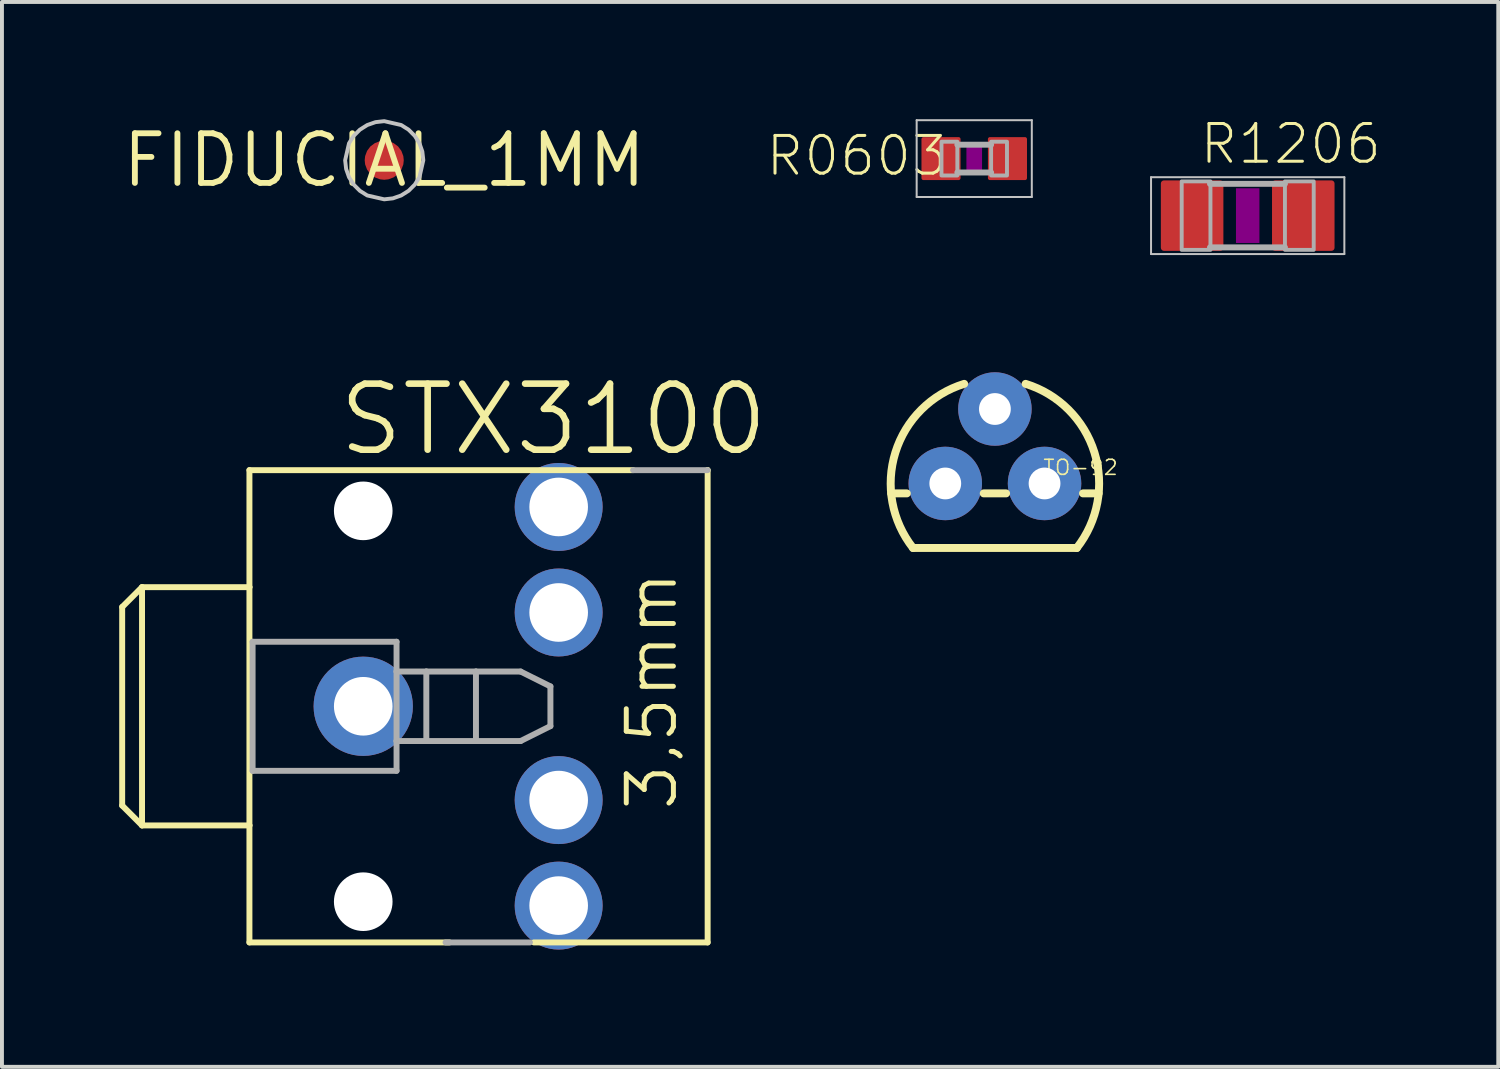
<source format=kicad_pcb>
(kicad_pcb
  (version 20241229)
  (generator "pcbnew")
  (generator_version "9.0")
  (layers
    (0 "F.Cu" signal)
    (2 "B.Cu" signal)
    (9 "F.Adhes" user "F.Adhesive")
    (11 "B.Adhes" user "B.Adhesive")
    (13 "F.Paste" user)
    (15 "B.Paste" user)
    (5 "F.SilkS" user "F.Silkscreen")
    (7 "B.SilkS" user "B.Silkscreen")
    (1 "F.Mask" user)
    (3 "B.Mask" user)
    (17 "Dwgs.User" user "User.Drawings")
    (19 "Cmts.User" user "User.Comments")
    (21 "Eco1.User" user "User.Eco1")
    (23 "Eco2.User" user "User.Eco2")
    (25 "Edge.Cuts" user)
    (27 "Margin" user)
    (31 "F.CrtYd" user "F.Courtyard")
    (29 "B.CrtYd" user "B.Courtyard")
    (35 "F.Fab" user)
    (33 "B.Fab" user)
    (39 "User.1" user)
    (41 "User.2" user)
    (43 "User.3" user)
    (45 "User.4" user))
  (footprint "R0603"
    (layer "F.Cu")
    (at 21.877 1.008)
    (property "Reference" "R0603" (at -0.635 -0.635 180) (layer "F.SilkS") (effects (font (size 0.965 0.965) (thickness 0.077)) (justify right top)))
    (attr through_hole)
    (fp_poly (pts (xy -0.2 0.4) (xy 0.2 0.4) (xy 0.2 -0.4) (xy -0.2 -0.4)) (stroke (width 0) (type solid)) (fill yes) (layer "F.Adhes"))
    (fp_line (start -1.473 -0.983) (end 1.473 -0.983) (stroke (width 0.051) (type solid)) (layer "Dwgs.User"))
    (fp_line (start -1.473 0.983) (end -1.473 -0.983) (stroke (width 0.051) (type solid)) (layer "Dwgs.User"))
    (fp_line (start 1.473 -0.983) (end 1.473 0.983) (stroke (width 0.051) (type solid)) (layer "Dwgs.User"))
    (fp_line (start 1.473 0.983) (end -1.473 0.983) (stroke (width 0.051) (type solid)) (layer "Dwgs.User"))
    (fp_line (start -0.432 0.356) (end 0.432 0.356) (stroke (width 0.152) (type solid)) (layer "F.Fab"))
    (fp_line (start 0.432 -0.356) (end -0.432 -0.356) (stroke (width 0.152) (type solid)) (layer "F.Fab"))
    (fp_poly (pts (xy -0.838 0.432) (xy -0.432 0.432) (xy -0.432 -0.432) (xy -0.838 -0.432)) (stroke (width 0.1) (type solid)) (fill no) (layer "F.Fab"))
    (fp_poly (pts (xy 0.432 0.432) (xy 0.838 0.432) (xy 0.838 -0.432) (xy 0.432 -0.432)) (stroke (width 0.1) (type solid)) (fill no) (layer "F.Fab"))
    (pad "1" smd roundrect (at -0.85 0) (size 1 1.1) (layers "F.Cu" "F.Mask" "F.Paste") (roundrect_rratio 0.051))
    (pad "2" smd roundrect (at 0.85 0) (size 1 1.1) (layers "F.Cu" "F.Mask" "F.Paste") (roundrect_rratio 0.051)))
  (footprint "STX3100"
    (layer "F.Cu")
    (at 3.544 14.921)
    (property "Reference" "STX3100" (at 1.985 -6.25 180) (layer "F.SilkS") (effects (font (size 1.689 1.689) (thickness 0.169)) (justify left bottom)))
    (attr through_hole)
    (fp_line (start -3.468 2.64) (end -3.468 -2.44) (stroke (width 0.152) (type solid)) (layer "F.SilkS"))
    (fp_line (start -2.96 -2.948) (end -3.468 -2.44) (stroke (width 0.152) (type solid)) (layer "F.SilkS"))
    (fp_line (start -2.96 3.148) (end -3.468 2.64) (stroke (width 0.152) (type solid)) (layer "F.SilkS"))
    (fp_line (start -2.96 3.148) (end -2.96 -2.948) (stroke (width 0.152) (type solid)) (layer "F.SilkS"))
    (fp_line (start -2.96 3.148) (end -0.212 3.148) (stroke (width 0.152) (type solid)) (layer "F.SilkS"))
    (fp_line (start -0.212 -2.948) (end -2.96 -2.948) (stroke (width 0.152) (type solid)) (layer "F.SilkS"))
    (fp_line (start -0.212 -2.948) (end -0.212 -5.942) (stroke (width 0.152) (type solid)) (layer "F.SilkS"))
    (fp_line (start -0.212 3.148) (end -0.212 -2.948) (stroke (width 0.152) (type solid)) (layer "F.SilkS"))
    (fp_line (start -0.212 6.142) (end -0.212 3.148) (stroke (width 0.152) (type solid)) (layer "F.SilkS"))
    (fp_line (start -0.212 6.142) (end 4.906 6.142) (stroke (width 0.152) (type solid)) (layer "F.SilkS"))
    (fp_line (start 7.065 6.142) (end 11.512 6.142) (stroke (width 0.152) (type solid)) (layer "F.SilkS"))
    (fp_line (start 9.605 -5.942) (end -0.212 -5.942) (stroke (width 0.152) (type solid)) (layer "F.SilkS"))
    (fp_line (start 11.512 -5.942) (end 11.51 -5.942) (stroke (width 0.152) (type solid)) (layer "F.SilkS"))
    (fp_line (start 11.512 -5.942) (end 11.512 6.142) (stroke (width 0.152) (type solid)) (layer "F.SilkS"))
    (fp_line (start -0.131 1.751) (end -0.131 -1.551) (stroke (width 0.152) (type solid)) (layer "F.Fab"))
    (fp_line (start -0.131 1.751) (end 3.552 1.751) (stroke (width 0.152) (type solid)) (layer "F.Fab"))
    (fp_line (start 3.552 -1.551) (end -0.131 -1.551) (stroke (width 0.152) (type solid)) (layer "F.Fab"))
    (fp_line (start 3.552 -1.551) (end 3.552 -0.789) (stroke (width 0.152) (type solid)) (layer "F.Fab"))
    (fp_line (start 3.552 -0.789) (end 3.552 0.989) (stroke (width 0.152) (type solid)) (layer "F.Fab"))
    (fp_line (start 3.552 -0.789) (end 4.314 -0.789) (stroke (width 0.152) (type solid)) (layer "F.Fab"))
    (fp_line (start 3.552 0.989) (end 3.552 1.751) (stroke (width 0.152) (type solid)) (layer "F.Fab"))
    (fp_line (start 4.314 -0.789) (end 4.314 0.989) (stroke (width 0.152) (type solid)) (layer "F.Fab"))
    (fp_line (start 4.314 -0.789) (end 5.584 -0.789) (stroke (width 0.152) (type solid)) (layer "F.Fab"))
    (fp_line (start 4.314 0.989) (end 3.552 0.989) (stroke (width 0.152) (type solid)) (layer "F.Fab"))
    (fp_line (start 4.806 6.142) (end 6.965 6.142) (stroke (width 0.152) (type solid)) (layer "F.Fab"))
    (fp_line (start 5.584 -0.789) (end 5.584 0.989) (stroke (width 0.152) (type solid)) (layer "F.Fab"))
    (fp_line (start 5.584 -0.789) (end 6.727 -0.789) (stroke (width 0.152) (type solid)) (layer "F.Fab"))
    (fp_line (start 5.584 0.989) (end 4.314 0.989) (stroke (width 0.152) (type solid)) (layer "F.Fab"))
    (fp_line (start 6.727 0.989) (end 5.584 0.989) (stroke (width 0.152) (type solid)) (layer "F.Fab"))
    (fp_line (start 6.727 0.989) (end 7.489 0.608) (stroke (width 0.152) (type solid)) (layer "F.Fab"))
    (fp_line (start 7.489 -0.408) (end 6.727 -0.789) (stroke (width 0.152) (type solid)) (layer "F.Fab"))
    (fp_line (start 7.489 -0.408) (end 7.489 0.608) (stroke (width 0.152) (type solid)) (layer "F.Fab"))
    (fp_line (start 11.51 -5.942) (end 9.605 -5.942) (stroke (width 0.152) (type solid)) (layer "F.Fab"))
    (fp_text user "3,5mm" (at 10.79 2.831 90) (layer "F.SilkS") (effects (font (size 1.206 1.206) (thickness 0.127)) (justify left bottom)))
    (pad "" np_thru_hole circle (at 2.7 -4.9) (size 1.5 1.5) (drill 1.5) (layers "*.Cu"))
    (pad "" np_thru_hole circle (at 2.7 5.1) (size 1.5 1.5) (drill 1.5) (layers "*.Cu"))
    (pad "1" thru_hole circle (at 2.7 0.1) (size 2.54 2.54) (drill 1.5) (layers "*.Cu" "*.Mask"))
    (pad "2" thru_hole circle (at 7.7 -5) (size 2.25 2.25) (drill 1.5) (layers "*.Cu" "*.Mask"))
    (pad "3" thru_hole circle (at 7.7 -2.3) (size 2.25 2.25) (drill 1.5) (layers "*.Cu" "*.Mask"))
    (pad "4" thru_hole circle (at 7.7 2.5) (size 2.25 2.25) (drill 1.5) (layers "*.Cu" "*.Mask"))
    (pad "5" thru_hole circle (at 7.7 5.2) (size 2.25 2.25) (drill 1.5) (layers "*.Cu" "*.Mask")))
  (footprint "R1206"
    (layer "F.Cu")
    (at 28.874 2.467)
    (property "Reference" "R1206" (at -1.27 -1.27 0) (layer "F.SilkS") (effects (font (size 0.965 0.965) (thickness 0.077)) (justify left bottom)))
    (attr through_hole)
    (fp_poly (pts (xy -0.3 0.7) (xy 0.3 0.7) (xy 0.3 -0.7) (xy -0.3 -0.7)) (stroke (width 0) (type solid)) (fill yes) (layer "F.Adhes"))
    (fp_line (start -2.473 -0.983) (end 2.473 -0.983) (stroke (width 0.051) (type solid)) (layer "Dwgs.User"))
    (fp_line (start -2.473 0.983) (end -2.473 -0.983) (stroke (width 0.051) (type solid)) (layer "Dwgs.User"))
    (fp_line (start 2.473 -0.983) (end 2.473 0.983) (stroke (width 0.051) (type solid)) (layer "Dwgs.User"))
    (fp_line (start 2.473 0.983) (end -2.473 0.983) (stroke (width 0.051) (type solid)) (layer "Dwgs.User"))
    (fp_line (start 0.953 -0.813) (end -0.965 -0.813) (stroke (width 0.152) (type solid)) (layer "F.Fab"))
    (fp_line (start 0.953 0.813) (end -0.965 0.813) (stroke (width 0.152) (type solid)) (layer "F.Fab"))
    (fp_poly (pts (xy -1.689 0.876) (xy -0.953 0.876) (xy -0.953 -0.876) (xy -1.689 -0.876)) (stroke (width 0.1) (type solid)) (fill no) (layer "F.Fab"))
    (fp_poly (pts (xy 0.953 0.876) (xy 1.689 0.876) (xy 1.689 -0.876) (xy 0.953 -0.876)) (stroke (width 0.1) (type solid)) (fill no) (layer "F.Fab"))
    (pad "1" smd roundrect (at -1.422 0) (size 1.6 1.803) (layers "F.Cu" "F.Mask" "F.Paste") (roundrect_rratio 0.05))
    (pad "2" smd roundrect (at 1.422 0) (size 1.6 1.803) (layers "F.Cu" "F.Mask" "F.Paste") (roundrect_rratio 0.05)))
  (footprint "FIDUCIAL_1MM"
    (layer "F.Cu")
    (at 6.781 1.05)
    (property "Reference" "FIDUCIAL_1MM" (at 0 0 0) (layer "F.SilkS") (effects (font (size 1.27 1.27) (thickness 0.15))))
    (attr through_hole)
    (fp_poly (pts (xy -1 0) (xy -0.975 0.223) (xy -0.901 0.434) (xy -0.782 0.623) (xy -0.623 0.782) (xy -0.434 0.901) (xy 0 1) (xy 0.223 0.975) (xy 0.434 0.901) (xy 0.623 0.782) (xy 0.782 0.623) (xy 0.901 0.434) (xy 1 0) (xy 0.975 -0.223) (xy 0.901 -0.434) (xy 0.782 -0.623) (xy 0.623 -0.782) (xy 0.434 -0.901) (xy 0 -1) (xy -0.223 -0.975) (xy -0.434 -0.901) (xy -0.623 -0.782) (xy -0.782 -0.623) (xy -0.901 -0.434)) (stroke (width 0) (type solid)) (fill yes) (layer "F.Mask"))
    (fp_poly (pts (xy -1 0) (xy -0.975 0.223) (xy -0.901 0.434) (xy -0.782 0.623) (xy -0.623 0.782) (xy -0.434 0.901) (xy 0 1) (xy 0.223 0.975) (xy 0.434 0.901) (xy 0.623 0.782) (xy 0.782 0.623) (xy 0.901 0.434) (xy 1 0) (xy 0.975 -0.223) (xy 0.901 -0.434) (xy 0.782 -0.623) (xy 0.623 -0.782) (xy 0.434 -0.901) (xy 0 -1) (xy -0.223 -0.975) (xy -0.434 -0.901) (xy -0.623 -0.782) (xy -0.782 -0.623) (xy -0.901 -0.434)) (stroke (width 0.1) (type solid)) (fill no) (layer "Dwgs.User"))
    (pad "1" smd roundrect (at 0 0) (size 1 1) (layers "F.Cu" "F.Mask") (roundrect_rratio 0.5)))
  (footprint "TO-92"
    (layer "F.Cu")
    (at 22.406 9.32)
    (property "Reference" "TO-92" (at 3.175 -0.635 0) (layer "F.SilkS") (effects (font (size 0.386 0.386) (thickness 0.041)) (justify right top)))
    (attr through_hole)
    (fp_line (start -2.655 0.254) (end -2.254 0.254) (stroke (width 0.203) (type solid)) (layer "F.SilkS"))
    (fp_line (start -2.095 1.651) (end 2.095 1.651) (stroke (width 0.203) (type solid)) (layer "F.SilkS"))
    (fp_line (start -0.286 0.254) (end 0.286 0.254) (stroke (width 0.203) (type solid)) (layer "F.SilkS"))
    (fp_line (start 2.254 0.254) (end 2.655 0.254) (stroke (width 0.203) (type solid)) (layer "F.SilkS"))
    (fp_arc (start -2.0946 1.651) (mid -2.54634 -0.793276) (end -0.786301 -2.548501) (stroke (width 0.2032) (type solid)) (layer "F.SilkS"))
    (fp_arc (start 0.7863 -2.5484) (mid 2.54627 -0.793202) (end 2.0945 1.650999) (stroke (width 0.2032) (type solid)) (layer "F.SilkS"))
    (pad "1" thru_hole circle (at -1.27 0) (size 1.88 1.88) (drill 0.813) (layers "*.Cu" "*.Mask"))
    (pad "2" thru_hole circle (at 0 -1.905) (size 1.88 1.88) (drill 0.813) (layers "*.Cu" "*.Mask"))
    (pad "3" thru_hole circle (at 1.27 0) (size 1.88 1.88) (drill 0.813) (layers "*.Cu" "*.Mask")))
  (gr_rect
    (start -3 -3)
    (end 35.285 24.246)
    (stroke (width 0.1) (type default))
    (fill no)
    (layer "Edge.Cuts")))
</source>
